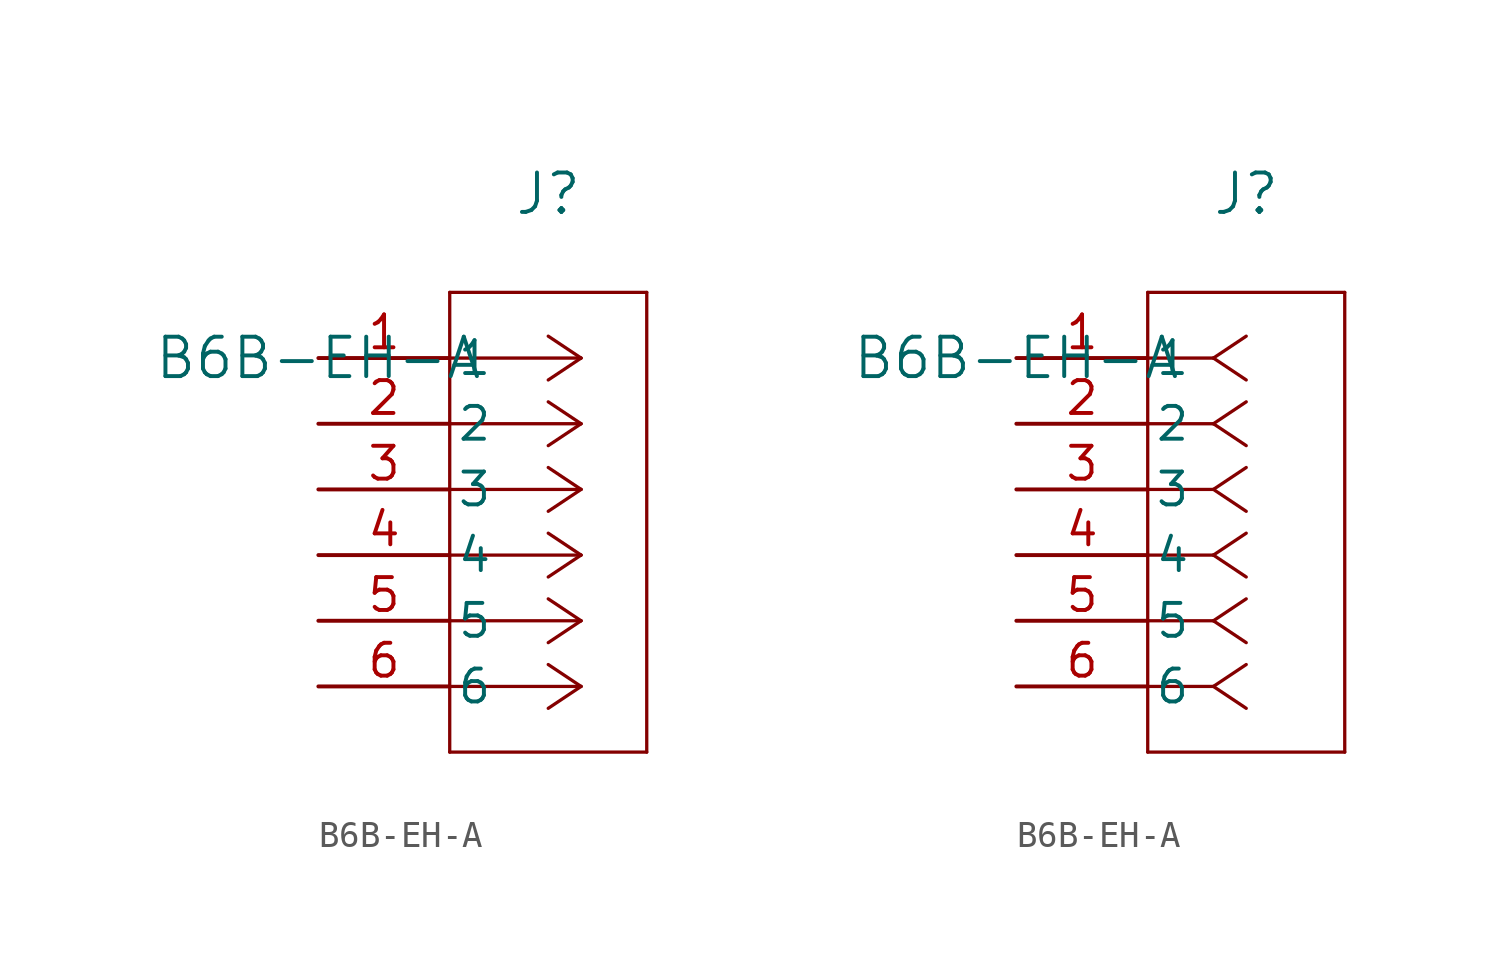
<source format=kicad_sym>
(kicad_symbol_lib
  (version 20211014)
  (generator kicad_symbol_editor)
  (symbol "B6B-EH-A"
    (pin_names
      (offset 0.254))
    (property "Reference" "J"
      (at 8.89 6.35 0)
      (effects (font (size 1.524 1.524))))
    (property "Value" "B6B-EH-A"
      (at 0 0 0)
      (effects (font (size 1.524 1.524))))
    (symbol "B6B-EH-A_1_1"
      (polyline (pts (xy 10.16 0) (xy 5.08 0)) (stroke (width 0.127) (type default) (color 0 0 0 0)) (fill (type none)))
      (polyline (pts (xy 10.16 -2.54) (xy 5.08 -2.54)) (stroke (width 0.127) (type default) (color 0 0 0 0)) (fill (type none)))
      (polyline (pts (xy 10.16 -5.08) (xy 5.08 -5.08)) (stroke (width 0.127) (type default) (color 0 0 0 0)) (fill (type none)))
      (polyline (pts (xy 10.16 -7.62) (xy 5.08 -7.62)) (stroke (width 0.127) (type default) (color 0 0 0 0)) (fill (type none)))
      (polyline (pts (xy 10.16 -10.16) (xy 5.08 -10.16)) (stroke (width 0.127) (type default) (color 0 0 0 0)) (fill (type none)))
      (polyline (pts (xy 10.16 -12.7) (xy 5.08 -12.7)) (stroke (width 0.127) (type default) (color 0 0 0 0)) (fill (type none)))
      (polyline (pts (xy 10.16 0) (xy 8.89 0.847)) (stroke (width 0.127) (type default) (color 0 0 0 0)) (fill (type none)))
      (polyline (pts (xy 10.16 -2.54) (xy 8.89 -1.693)) (stroke (width 0.127) (type default) (color 0 0 0 0)) (fill (type none)))
      (polyline (pts (xy 10.16 -5.08) (xy 8.89 -4.233)) (stroke (width 0.127) (type default) (color 0 0 0 0)) (fill (type none)))
      (polyline (pts (xy 10.16 -7.62) (xy 8.89 -6.773)) (stroke (width 0.127) (type default) (color 0 0 0 0)) (fill (type none)))
      (polyline (pts (xy 10.16 -10.16) (xy 8.89 -9.313)) (stroke (width 0.127) (type default) (color 0 0 0 0)) (fill (type none)))
      (polyline (pts (xy 10.16 -12.7) (xy 8.89 -11.853)) (stroke (width 0.127) (type default) (color 0 0 0 0)) (fill (type none)))
      (polyline (pts (xy 10.16 0) (xy 8.89 -0.847)) (stroke (width 0.127) (type default) (color 0 0 0 0)) (fill (type none)))
      (polyline (pts (xy 10.16 -2.54) (xy 8.89 -3.387)) (stroke (width 0.127) (type default) (color 0 0 0 0)) (fill (type none)))
      (polyline (pts (xy 10.16 -5.08) (xy 8.89 -5.927)) (stroke (width 0.127) (type default) (color 0 0 0 0)) (fill (type none)))
      (polyline (pts (xy 10.16 -7.62) (xy 8.89 -8.467)) (stroke (width 0.127) (type default) (color 0 0 0 0)) (fill (type none)))
      (polyline (pts (xy 10.16 -10.16) (xy 8.89 -11.007)) (stroke (width 0.127) (type default) (color 0 0 0 0)) (fill (type none)))
      (polyline (pts (xy 10.16 -12.7) (xy 8.89 -13.547)) (stroke (width 0.127) (type default) (color 0 0 0 0)) (fill (type none)))
      (polyline (pts (xy 5.08 2.54) (xy 5.08 -15.24)) (stroke (width 0.127) (type default) (color 0 0 0 0)) (fill (type none)))
      (polyline (pts (xy 5.08 -15.24) (xy 12.7 -15.24)) (stroke (width 0.127) (type default) (color 0 0 0 0)) (fill (type none)))
      (polyline (pts (xy 12.7 -15.24) (xy 12.7 2.54)) (stroke (width 0.127) (type default) (color 0 0 0 0)) (fill (type none)))
      (polyline (pts (xy 12.7 2.54) (xy 5.08 2.54)) (stroke (width 0.127) (type default) (color 0 0 0 0)) (fill (type none)))
      (pin unspecified line (at 0 0 0) (length 5.08) (name "1" (effects (font (size 1.27 1.27)))) (number "1" (effects (font (size 1.27 1.27)))))
      (pin unspecified line (at 0 -2.54 0) (length 5.08) (name "2" (effects (font (size 1.27 1.27)))) (number "2" (effects (font (size 1.27 1.27)))))
      (pin unspecified line (at 0 -5.08 0) (length 5.08) (name "3" (effects (font (size 1.27 1.27)))) (number "3" (effects (font (size 1.27 1.27)))))
      (pin unspecified line (at 0 -7.62 0) (length 5.08) (name "4" (effects (font (size 1.27 1.27)))) (number "4" (effects (font (size 1.27 1.27)))))
      (pin unspecified line (at 0 -10.16 0) (length 5.08) (name "5" (effects (font (size 1.27 1.27)))) (number "5" (effects (font (size 1.27 1.27)))))
      (pin unspecified line (at 0 -12.7 0) (length 5.08) (name "6" (effects (font (size 1.27 1.27)))) (number "6" (effects (font (size 1.27 1.27))))))
    (symbol "B6B-EH-A_1_2"
      (polyline (pts (xy 7.62 0) (xy 5.08 0)) (stroke (width 0.127) (type default) (color 0 0 0 0)) (fill (type none)))
      (polyline (pts (xy 7.62 -2.54) (xy 5.08 -2.54)) (stroke (width 0.127) (type default) (color 0 0 0 0)) (fill (type none)))
      (polyline (pts (xy 7.62 -5.08) (xy 5.08 -5.08)) (stroke (width 0.127) (type default) (color 0 0 0 0)) (fill (type none)))
      (polyline (pts (xy 7.62 -7.62) (xy 5.08 -7.62)) (stroke (width 0.127) (type default) (color 0 0 0 0)) (fill (type none)))
      (polyline (pts (xy 7.62 -10.16) (xy 5.08 -10.16)) (stroke (width 0.127) (type default) (color 0 0 0 0)) (fill (type none)))
      (polyline (pts (xy 7.62 -12.7) (xy 5.08 -12.7)) (stroke (width 0.127) (type default) (color 0 0 0 0)) (fill (type none)))
      (polyline (pts (xy 7.62 0) (xy 8.89 0.847)) (stroke (width 0.127) (type default) (color 0 0 0 0)) (fill (type none)))
      (polyline (pts (xy 7.62 -2.54) (xy 8.89 -1.693)) (stroke (width 0.127) (type default) (color 0 0 0 0)) (fill (type none)))
      (polyline (pts (xy 7.62 -5.08) (xy 8.89 -4.233)) (stroke (width 0.127) (type default) (color 0 0 0 0)) (fill (type none)))
      (polyline (pts (xy 7.62 -7.62) (xy 8.89 -6.773)) (stroke (width 0.127) (type default) (color 0 0 0 0)) (fill (type none)))
      (polyline (pts (xy 7.62 -10.16) (xy 8.89 -9.313)) (stroke (width 0.127) (type default) (color 0 0 0 0)) (fill (type none)))
      (polyline (pts (xy 7.62 -12.7) (xy 8.89 -11.853)) (stroke (width 0.127) (type default) (color 0 0 0 0)) (fill (type none)))
      (polyline (pts (xy 7.62 0) (xy 8.89 -0.847)) (stroke (width 0.127) (type default) (color 0 0 0 0)) (fill (type none)))
      (polyline (pts (xy 7.62 -2.54) (xy 8.89 -3.387)) (stroke (width 0.127) (type default) (color 0 0 0 0)) (fill (type none)))
      (polyline (pts (xy 7.62 -5.08) (xy 8.89 -5.927)) (stroke (width 0.127) (type default) (color 0 0 0 0)) (fill (type none)))
      (polyline (pts (xy 7.62 -7.62) (xy 8.89 -8.467)) (stroke (width 0.127) (type default) (color 0 0 0 0)) (fill (type none)))
      (polyline (pts (xy 7.62 -10.16) (xy 8.89 -11.007)) (stroke (width 0.127) (type default) (color 0 0 0 0)) (fill (type none)))
      (polyline (pts (xy 7.62 -12.7) (xy 8.89 -13.547)) (stroke (width 0.127) (type default) (color 0 0 0 0)) (fill (type none)))
      (polyline (pts (xy 5.08 2.54) (xy 5.08 -15.24)) (stroke (width 0.127) (type default) (color 0 0 0 0)) (fill (type none)))
      (polyline (pts (xy 5.08 -15.24) (xy 12.7 -15.24)) (stroke (width 0.127) (type default) (color 0 0 0 0)) (fill (type none)))
      (polyline (pts (xy 12.7 -15.24) (xy 12.7 2.54)) (stroke (width 0.127) (type default) (color 0 0 0 0)) (fill (type none)))
      (polyline (pts (xy 12.7 2.54) (xy 5.08 2.54)) (stroke (width 0.127) (type default) (color 0 0 0 0)) (fill (type none)))
      (pin unspecified line (at 0 0 0) (length 5.08) (name "1" (effects (font (size 1.27 1.27)))) (number "1" (effects (font (size 1.27 1.27)))))
      (pin unspecified line (at 0 -2.54 0) (length 5.08) (name "2" (effects (font (size 1.27 1.27)))) (number "2" (effects (font (size 1.27 1.27)))))
      (pin unspecified line (at 0 -5.08 0) (length 5.08) (name "3" (effects (font (size 1.27 1.27)))) (number "3" (effects (font (size 1.27 1.27)))))
      (pin unspecified line (at 0 -7.62 0) (length 5.08) (name "4" (effects (font (size 1.27 1.27)))) (number "4" (effects (font (size 1.27 1.27)))))
      (pin unspecified line (at 0 -10.16 0) (length 5.08) (name "5" (effects (font (size 1.27 1.27)))) (number "5" (effects (font (size 1.27 1.27)))))
      (pin unspecified line (at 0 -12.7 0) (length 5.08) (name "6" (effects (font (size 1.27 1.27)))) (number "6" (effects (font (size 1.27 1.27))))))))
</source>
